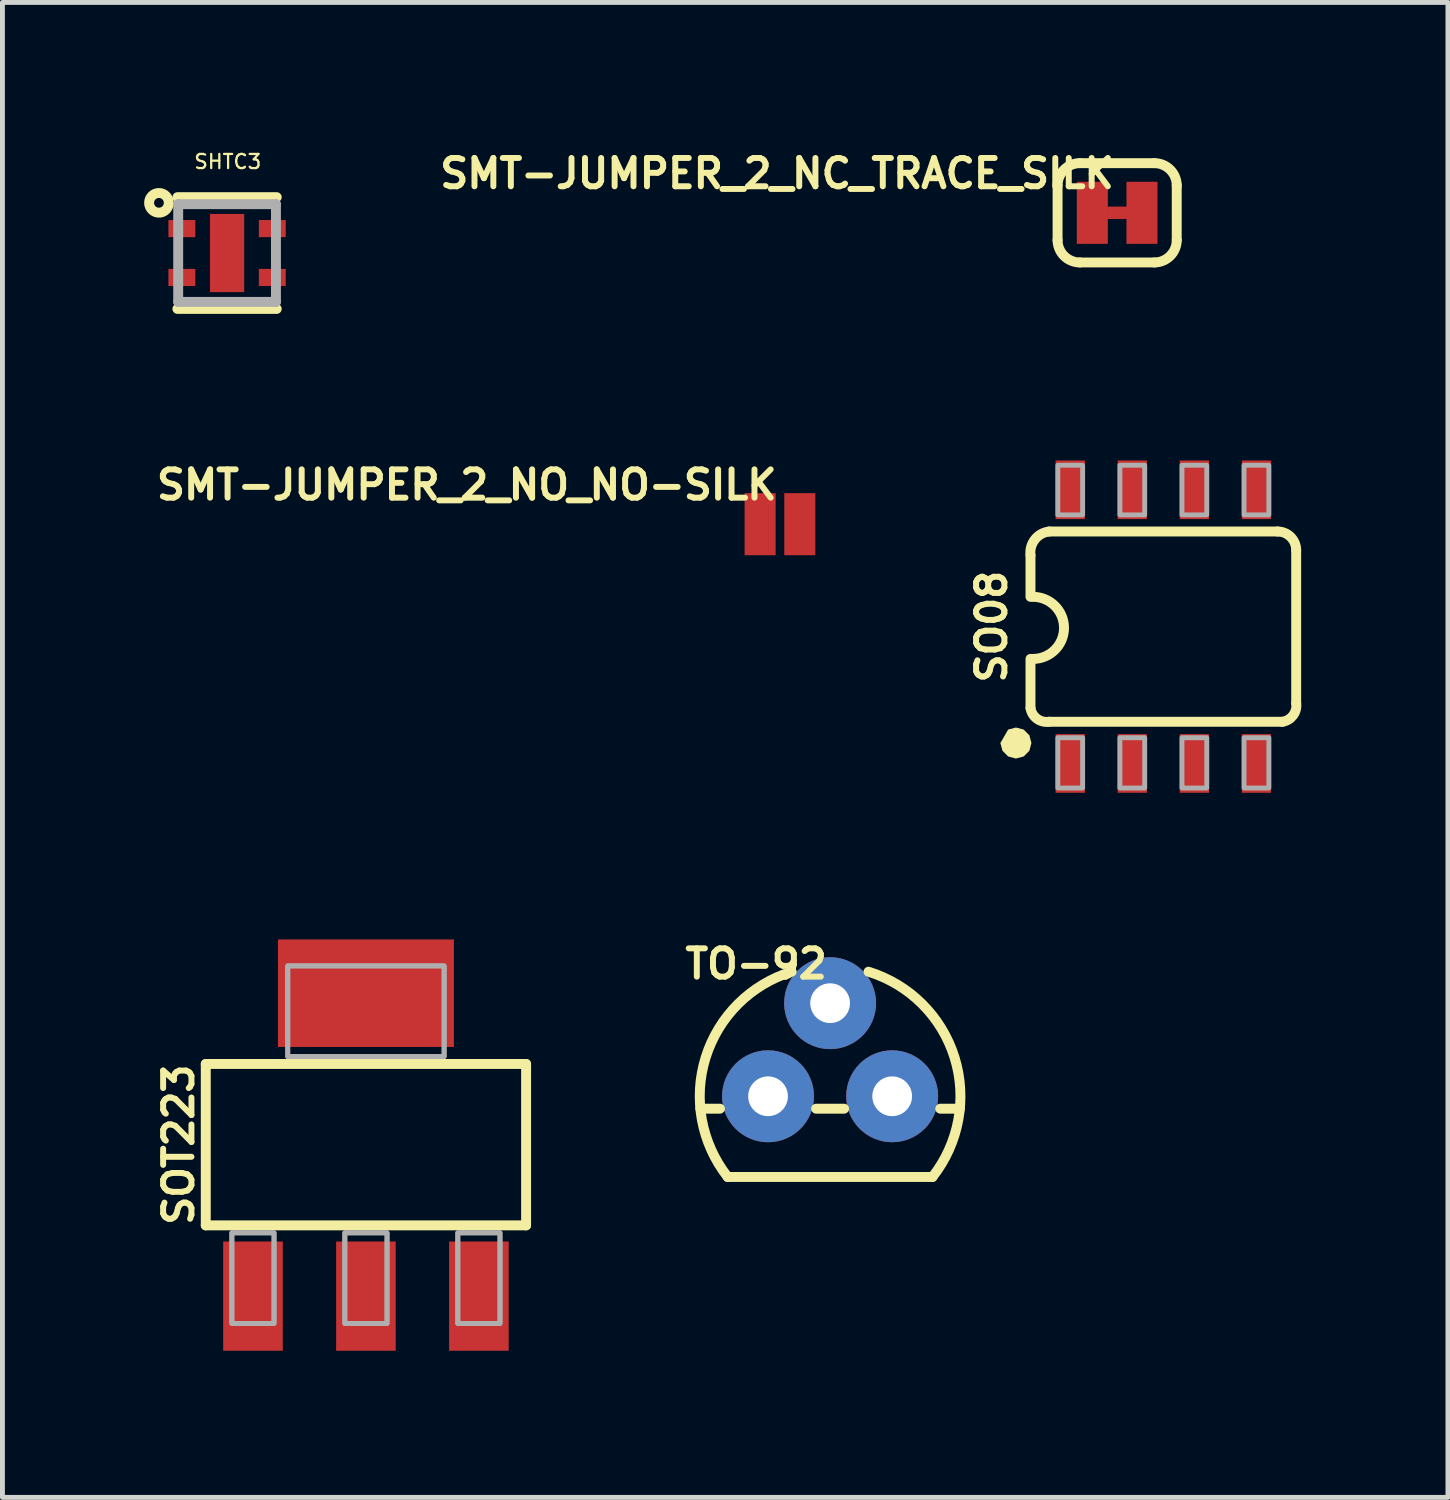
<source format=kicad_pcb>
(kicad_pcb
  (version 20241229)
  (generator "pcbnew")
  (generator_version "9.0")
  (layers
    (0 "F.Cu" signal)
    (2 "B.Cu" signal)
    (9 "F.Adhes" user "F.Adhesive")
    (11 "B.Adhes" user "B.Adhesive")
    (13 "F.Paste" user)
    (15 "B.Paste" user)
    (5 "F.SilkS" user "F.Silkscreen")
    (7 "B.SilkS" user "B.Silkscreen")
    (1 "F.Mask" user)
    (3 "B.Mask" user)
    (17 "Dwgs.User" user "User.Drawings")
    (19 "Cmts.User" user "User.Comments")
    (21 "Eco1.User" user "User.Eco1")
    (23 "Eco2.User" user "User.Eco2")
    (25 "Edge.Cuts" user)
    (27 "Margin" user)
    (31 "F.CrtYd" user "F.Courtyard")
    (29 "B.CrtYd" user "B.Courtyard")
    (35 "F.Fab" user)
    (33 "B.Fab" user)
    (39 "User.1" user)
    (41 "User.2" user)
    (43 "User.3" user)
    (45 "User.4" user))
  (footprint "SO08"
    (layer "F.Cu")
    (at 20.752 9.771)
    (property "Reference" "SO08" (at -3.175 0 90) (layer "F.SilkS") (effects (font (size 0.579 0.579) (thickness 0.122)) (justify bottom)))
    (attr through_hole)
    (fp_line (start -2.718 -1.453) (end -2.718 -0.61) (stroke (width 0.203) (type solid)) (layer "F.SilkS"))
    (fp_line (start -2.718 1.665) (end -2.718 0.66) (stroke (width 0.203) (type solid)) (layer "F.SilkS"))
    (fp_line (start -2.337 1.946) (end 2.437 1.946) (stroke (width 0.203) (type solid)) (layer "F.SilkS"))
    (fp_line (start 2.337 -1.946) (end -2.337 -1.946) (stroke (width 0.203) (type solid)) (layer "F.SilkS"))
    (fp_line (start 2.718 1.565) (end 2.718 -1.565) (stroke (width 0.203) (type solid)) (layer "F.SilkS"))
    (fp_arc (start -2.7178 -1.4653) (mid -2.626948 -1.784731) (end -2.3368 -1.9463) (stroke (width 0.2032) (type solid)) (layer "F.SilkS"))
    (fp_arc (start -2.667 -0.6096) (mid -2.032 0.0254) (end -2.667 0.6604) (stroke (width 0.2032) (type solid)) (layer "F.SilkS"))
    (fp_arc (start -2.336799 1.946301) (mid -2.58554 1.884767) (end -2.7178 1.6653) (stroke (width 0.2032) (type solid)) (layer "F.SilkS"))
    (fp_arc (start 2.3368 -1.9463) (mid 2.606237 -1.834736) (end 2.7178 -1.565298) (stroke (width 0.2032) (type solid)) (layer "F.SilkS"))
    (fp_arc (start 2.7178 1.5653) (mid 2.656208 1.813997) (end 2.4368 1.9463) (stroke (width 0.2032) (type solid)) (layer "F.SilkS"))
    (fp_poly (pts (xy -2.699 2.381) (xy -2.741 2.223) (xy -2.857 2.106) (xy -3.016 2.064) (xy -3.175 2.106) (xy -3.334 2.381) (xy -3.291 2.54) (xy -3.175 2.656) (xy -3.016 2.699) (xy -2.857 2.656) (xy -2.741 2.54)) (stroke (width 0) (type solid)) (fill yes) (layer "F.SilkS"))
    (fp_poly (pts (xy -2.159 -2.286) (xy -1.651 -2.286) (xy -1.651 -3.302) (xy -2.159 -3.302)) (stroke (width 0.1) (type solid)) (fill no) (layer "F.Fab"))
    (fp_poly (pts (xy -2.159 3.302) (xy -1.651 3.302) (xy -1.651 2.273) (xy -2.159 2.273)) (stroke (width 0.1) (type solid)) (fill no) (layer "F.Fab"))
    (fp_poly (pts (xy -0.889 -2.286) (xy -0.381 -2.286) (xy -0.381 -3.302) (xy -0.889 -3.302)) (stroke (width 0.1) (type solid)) (fill no) (layer "F.Fab"))
    (fp_poly (pts (xy -0.889 3.302) (xy -0.381 3.302) (xy -0.381 2.273) (xy -0.889 2.273)) (stroke (width 0.1) (type solid)) (fill no) (layer "F.Fab"))
    (fp_poly (pts (xy 0.381 -2.286) (xy 0.889 -2.286) (xy 0.889 -3.302) (xy 0.381 -3.302)) (stroke (width 0.1) (type solid)) (fill no) (layer "F.Fab"))
    (fp_poly (pts (xy 0.381 3.302) (xy 0.889 3.302) (xy 0.889 2.273) (xy 0.381 2.273)) (stroke (width 0.1) (type solid)) (fill no) (layer "F.Fab"))
    (fp_poly (pts (xy 1.651 -2.286) (xy 2.159 -2.286) (xy 2.159 -3.302) (xy 1.651 -3.302)) (stroke (width 0.1) (type solid)) (fill no) (layer "F.Fab"))
    (fp_poly (pts (xy 1.651 3.302) (xy 2.159 3.302) (xy 2.159 2.273) (xy 1.651 2.273)) (stroke (width 0.1) (type solid)) (fill no) (layer "F.Fab"))
    (pad "1" smd rect (at -1.905 2.8) (size 0.6 1.2) (layers "F.Cu" "F.Mask" "F.Paste"))
    (pad "2" smd rect (at -0.635 2.8) (size 0.6 1.2) (layers "F.Cu" "F.Mask" "F.Paste"))
    (pad "3" smd rect (at 0.635 2.8) (size 0.6 1.2) (layers "F.Cu" "F.Mask" "F.Paste"))
    (pad "4" smd rect (at 1.905 2.8) (size 0.6 1.2) (layers "F.Cu" "F.Mask" "F.Paste"))
    (pad "5" smd rect (at 1.905 -2.8) (size 0.6 1.2) (layers "F.Cu" "F.Mask" "F.Paste"))
    (pad "6" smd rect (at 0.635 -2.8) (size 0.6 1.2) (layers "F.Cu" "F.Mask" "F.Paste"))
    (pad "7" smd rect (at -0.635 -2.8) (size 0.6 1.2) (layers "F.Cu" "F.Mask" "F.Paste"))
    (pad "8" smd rect (at -1.905 -2.8) (size 0.6 1.2) (layers "F.Cu" "F.Mask" "F.Paste")))
  (footprint "SMT-JUMPER_2_NO_NO-SILK"
    (layer "F.Cu")
    (at 12.908 7.675)
    (property "Reference" "SMT-JUMPER_2_NO_NO-SILK" (at 0 -1.143 0) (layer "F.SilkS") (effects (font (size 0.579 0.579) (thickness 0.122)) (justify right top)))
    (attr through_hole)
    (pad "1" smd rect (at -0.406 0) (size 0.635 1.27) (layers "F.Cu" "F.Mask"))
    (pad "2" smd rect (at 0.406 0) (size 0.635 1.27) (layers "F.Cu" "F.Mask")))
  (footprint "SHTC3"
    (layer "F.Cu")
    (at 1.596 2.127)
    (property "Reference" "SHTC3" (at -0.7 -1.7 0) (layer "F.SilkS") (effects (font (size 0.29 0.29) (thickness 0.046)) (justify left bottom)))
    (attr through_hole)
    (fp_line (start 1.016 -1.143) (end -1.016 -1.143) (stroke (width 0.203) (type solid)) (layer "F.SilkS"))
    (fp_line (start 1.016 1.143) (end -1.016 1.143) (stroke (width 0.203) (type solid)) (layer "F.SilkS"))
    (fp_circle (center -1.394 -1.027) (end -1.294 -1.027) (stroke (width 0.203) (type solid)) (fill no) (layer "F.SilkS"))
    (fp_poly (pts (xy 0.25 0.7) (xy 0.25 -0.7) (xy -0.25 -0.7) (xy -0.25 0.7)) (stroke (width 0) (type solid)) (fill yes) (layer "F.Paste"))
    (fp_line (start -1 -1) (end -1 1) (stroke (width 0.203) (type solid)) (layer "F.Fab"))
    (fp_line (start -1 1) (end 1 1) (stroke (width 0.203) (type solid)) (layer "F.Fab"))
    (fp_line (start 1 -1) (end -1 -1) (stroke (width 0.203) (type solid)) (layer "F.Fab"))
    (fp_line (start 1 1) (end 1 -1) (stroke (width 0.203) (type solid)) (layer "F.Fab"))
    (pad "1" smd rect (at -0.925 -0.5 90) (size 0.35 0.55) (layers "F.Cu" "F.Mask" "F.Paste"))
    (pad "2" smd rect (at -0.925 0.5 90) (size 0.35 0.55) (layers "F.Cu" "F.Mask" "F.Paste"))
    (pad "3" smd rect (at 0.925 0.5 90) (size 0.35 0.55) (layers "F.Cu" "F.Mask" "F.Paste"))
    (pad "4" smd rect (at 0.925 -0.5 90) (size 0.35 0.55) (layers "F.Cu" "F.Mask" "F.Paste"))
    (pad "5" smd rect (at 0 0 270) (size 1.6 0.7) (layers "F.Cu" "F.Mask")))
  (footprint "SOT223"
    (layer "F.Cu")
    (at 4.437 20.37)
    (property "Reference" "SOT223" (at -3.493 0 90) (layer "F.SilkS") (effects (font (size 0.579 0.579) (thickness 0.122)) (justify bottom)))
    (attr through_hole)
    (fp_line (start -3.277 -1.651) (end 3.277 -1.651) (stroke (width 0.203) (type solid)) (layer "F.SilkS"))
    (fp_line (start -3.277 1.651) (end -3.277 -1.651) (stroke (width 0.203) (type solid)) (layer "F.SilkS"))
    (fp_line (start 3.277 -1.651) (end 3.277 1.651) (stroke (width 0.203) (type solid)) (layer "F.SilkS"))
    (fp_line (start 3.277 1.651) (end -3.277 1.651) (stroke (width 0.203) (type solid)) (layer "F.SilkS"))
    (fp_poly (pts (xy -2.743 3.658) (xy -1.88 3.658) (xy -1.88 1.803) (xy -2.743 1.803)) (stroke (width 0.1) (type solid)) (fill no) (layer "F.Fab"))
    (fp_poly (pts (xy -2.743 3.658) (xy -1.88 3.658) (xy -1.88 1.803) (xy -2.743 1.803)) (stroke (width 0.1) (type solid)) (fill no) (layer "F.Fab"))
    (fp_poly (pts (xy -1.6 -1.803) (xy 1.6 -1.803) (xy 1.6 -3.658) (xy -1.6 -3.658)) (stroke (width 0.1) (type solid)) (fill no) (layer "F.Fab"))
    (fp_poly (pts (xy -1.6 -1.803) (xy 1.6 -1.803) (xy 1.6 -3.658) (xy -1.6 -3.658)) (stroke (width 0.1) (type solid)) (fill no) (layer "F.Fab"))
    (fp_poly (pts (xy -0.432 3.658) (xy 0.432 3.658) (xy 0.432 1.803) (xy -0.432 1.803)) (stroke (width 0.1) (type solid)) (fill no) (layer "F.Fab"))
    (fp_poly (pts (xy -0.432 3.658) (xy 0.432 3.658) (xy 0.432 1.803) (xy -0.432 1.803)) (stroke (width 0.1) (type solid)) (fill no) (layer "F.Fab"))
    (fp_poly (pts (xy 1.88 3.658) (xy 2.743 3.658) (xy 2.743 1.803) (xy 1.88 1.803)) (stroke (width 0.1) (type solid)) (fill no) (layer "F.Fab"))
    (fp_poly (pts (xy 1.88 3.658) (xy 2.743 3.658) (xy 2.743 1.803) (xy 1.88 1.803)) (stroke (width 0.1) (type solid)) (fill no) (layer "F.Fab"))
    (pad "1" smd rect (at -2.311 3.099) (size 1.219 2.235) (layers "F.Cu" "F.Mask" "F.Paste"))
    (pad "2" smd rect (at 0 3.099) (size 1.219 2.235) (layers "F.Cu" "F.Mask" "F.Paste"))
    (pad "3" smd rect (at 2.311 3.099) (size 1.219 2.235) (layers "F.Cu" "F.Mask" "F.Paste"))
    (pad "4" smd rect (at 0 -3.099) (size 3.6 2.2) (layers "F.Cu" "F.Mask" "F.Paste")))
  (footprint "TO-92"
    (layer "F.Cu")
    (at 13.934 19.38)
    (property "Reference" "TO-92" (at 0 -3.048 0) (layer "F.SilkS") (effects (font (size 0.579 0.579) (thickness 0.122)) (justify right top)))
    (attr through_hole)
    (fp_line (start -2.655 0.254) (end -2.254 0.254) (stroke (width 0.203) (type solid)) (layer "F.SilkS"))
    (fp_line (start -2.095 1.651) (end 2.095 1.651) (stroke (width 0.203) (type solid)) (layer "F.SilkS"))
    (fp_line (start -0.286 0.254) (end 0.286 0.254) (stroke (width 0.203) (type solid)) (layer "F.SilkS"))
    (fp_line (start 2.254 0.254) (end 2.655 0.254) (stroke (width 0.203) (type solid)) (layer "F.SilkS"))
    (fp_arc (start -2.094599 1.650999) (mid -2.546339 -0.793276) (end -0.7863 -2.5485) (stroke (width 0.2032) (type solid)) (layer "F.SilkS"))
    (fp_arc (start 0.7863 -2.548397) (mid 2.546269 -0.7932) (end 2.0945 1.651) (stroke (width 0.2032) (type solid)) (layer "F.SilkS"))
    (pad "1" thru_hole circle (at -1.27 0) (size 1.88 1.88) (drill 0.813) (layers "*.Cu" "*.Mask"))
    (pad "2" thru_hole circle (at 0 -1.905) (size 1.88 1.88) (drill 0.813) (layers "*.Cu" "*.Mask"))
    (pad "3" thru_hole circle (at 1.27 0) (size 1.88 1.88) (drill 0.813) (layers "*.Cu" "*.Mask")))
  (footprint "SMT-JUMPER_2_NC_TRACE_SILK"
    (layer "F.Cu")
    (at 19.807 1.304)
    (property "Reference" "SMT-JUMPER_2_NC_TRACE_SILK" (at 0 -1.143 0) (layer "F.SilkS") (effects (font (size 0.579 0.579) (thickness 0.122)) (justify right top)))
    (attr through_hole)
    (fp_poly (pts (xy -0.203 0.127) (xy 0.203 0.127) (xy 0.203 -0.127) (xy -0.203 -0.127)) (stroke (width 0) (type solid)) (fill yes) (layer "F.Cu"))
    (fp_poly (pts (xy -0.191 -0.127) (xy 0.191 -0.127) (xy 0.191 0.127) (xy -0.191 0.127)) (stroke (width 0) (type solid)) (fill yes) (layer "F.Mask"))
    (fp_line (start -1.219 0.559) (end -1.219 -0.559) (stroke (width 0.203) (type solid)) (layer "F.SilkS"))
    (fp_line (start -0.762 -1.016) (end 0.762 -1.016) (stroke (width 0.203) (type solid)) (layer "F.SilkS"))
    (fp_line (start 0.762 1.016) (end -0.762 1.016) (stroke (width 0.203) (type solid)) (layer "F.SilkS"))
    (fp_line (start 1.219 0.559) (end 1.219 -0.559) (stroke (width 0.203) (type solid)) (layer "F.SilkS"))
    (fp_arc (start -1.2192 -0.5588) (mid -1.085289 -0.882089) (end -0.762 -1.016) (stroke (width 0.2032) (type solid)) (layer "F.SilkS"))
    (fp_arc (start -0.762 1.016) (mid -1.085289 0.882089) (end -1.2192 0.5588) (stroke (width 0.2032) (type solid)) (layer "F.SilkS"))
    (fp_arc (start 0.762 -1.016) (mid 1.085289 -0.882089) (end 1.2192 -0.5588) (stroke (width 0.2032) (type solid)) (layer "F.SilkS"))
    (fp_arc (start 1.2192 0.5588) (mid 1.085289 0.882089) (end 0.762 1.016) (stroke (width 0.2032) (type solid)) (layer "F.SilkS"))
    (pad "1" smd rect (at -0.508 0) (size 0.635 1.27) (layers "F.Cu" "F.Mask"))
    (pad "2" smd rect (at 0.508 0) (size 0.635 1.27) (layers "F.Cu" "F.Mask")))
  (gr_rect
    (start -3 -3)
    (end 26.575 27.587)
    (stroke (width 0.1) (type default))
    (fill no)
    (layer "Edge.Cuts")))
</source>
